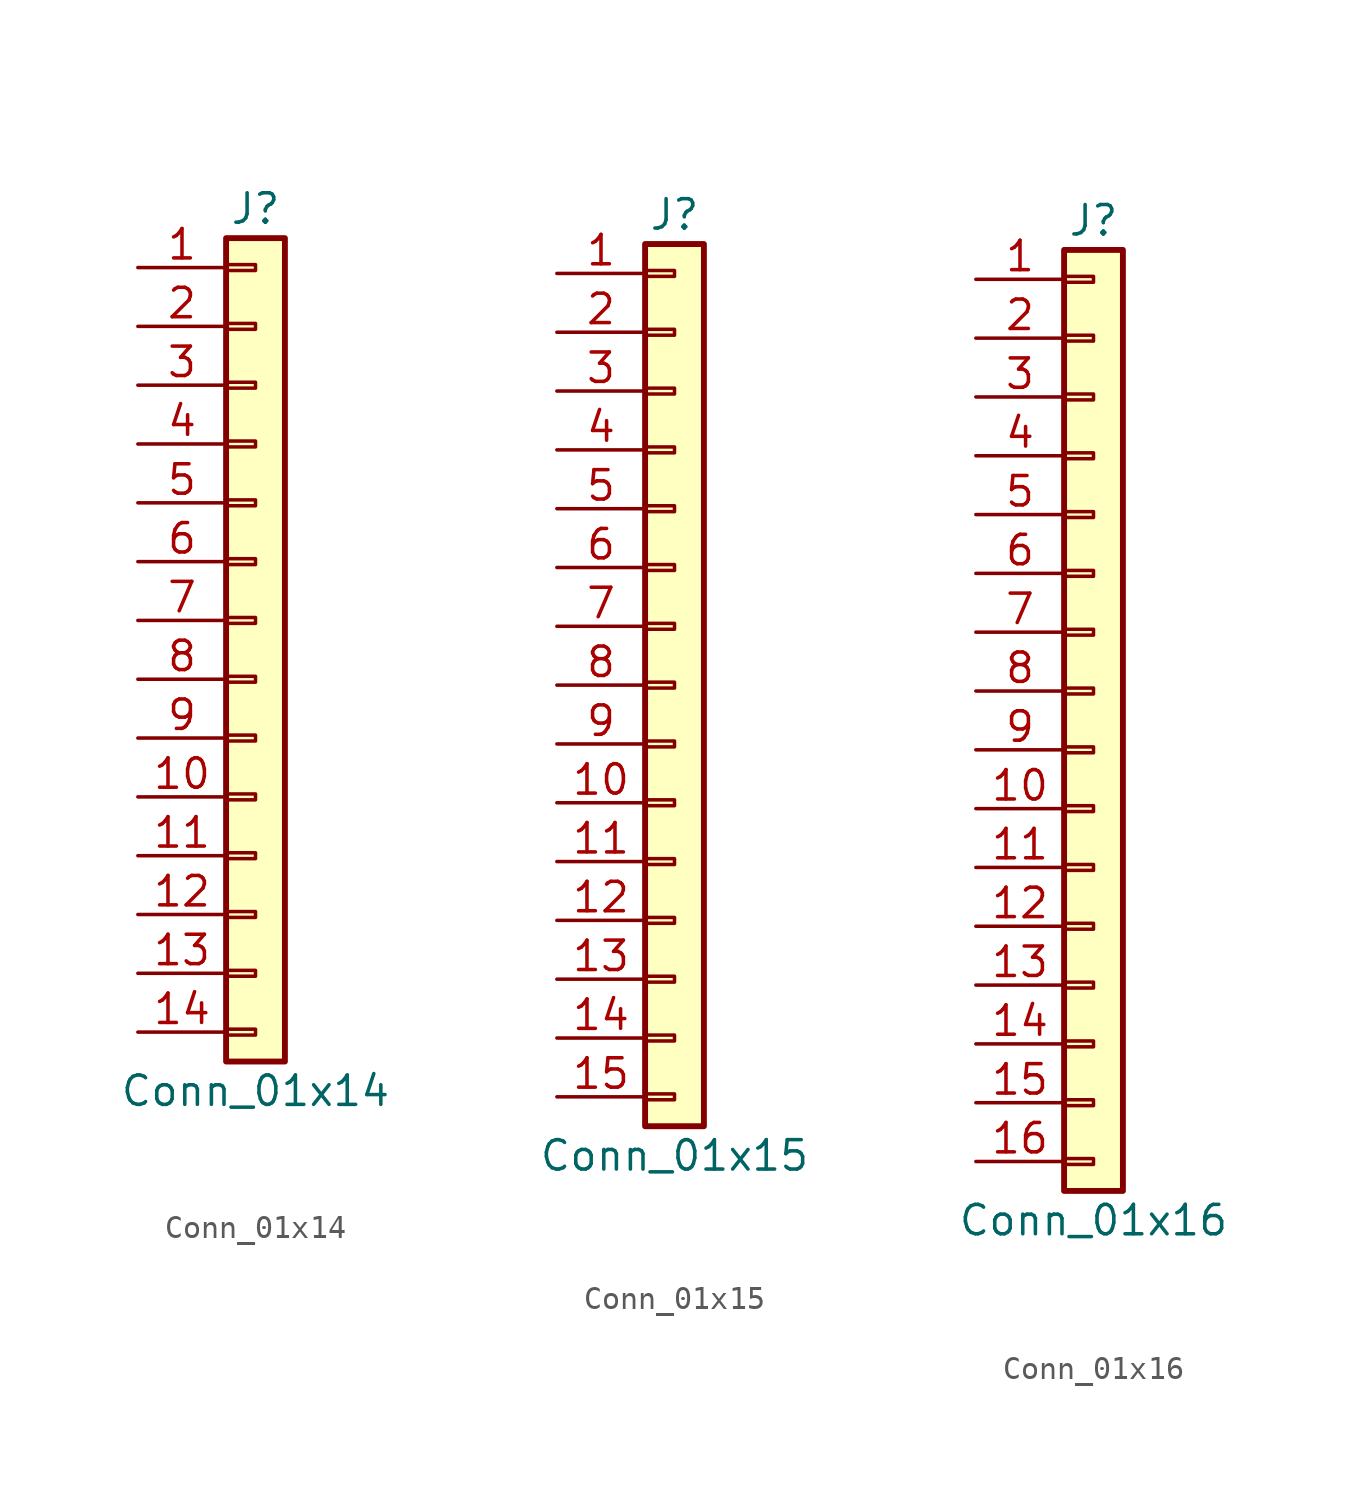
<source format=kicad_sym>
(kicad_symbol_lib
  (version 20220914)
  (generator kicad_symbol_editor)
  (symbol "Conn_01x14"
    (pin_names
      (offset 1.016) hide)
    (property "Reference" "J"
      (at 0 17.78 0)
      (effects (font (size 1.27 1.27))))
    (property "Value" "Conn_01x14"
      (at 0 -20.32 0)
      (effects (font (size 1.27 1.27))))
    (symbol "Conn_01x14_1_1"
      (rectangle (start -1.27 -17.653) (end 0 -17.907) (stroke (width 0.152) (type solid)) (fill (type none)))
      (rectangle (start -1.27 -15.113) (end 0 -15.367) (stroke (width 0.152) (type solid)) (fill (type none)))
      (rectangle (start -1.27 -12.573) (end 0 -12.827) (stroke (width 0.152) (type solid)) (fill (type none)))
      (rectangle (start -1.27 -10.033) (end 0 -10.287) (stroke (width 0.152) (type solid)) (fill (type none)))
      (rectangle (start -1.27 -7.493) (end 0 -7.747) (stroke (width 0.152) (type solid)) (fill (type none)))
      (rectangle (start -1.27 -4.953) (end 0 -5.207) (stroke (width 0.152) (type solid)) (fill (type none)))
      (rectangle (start -1.27 -2.413) (end 0 -2.667) (stroke (width 0.152) (type solid)) (fill (type none)))
      (rectangle (start -1.27 0.127) (end 0 -0.127) (stroke (width 0.152) (type solid)) (fill (type none)))
      (rectangle (start -1.27 2.667) (end 0 2.413) (stroke (width 0.152) (type solid)) (fill (type none)))
      (rectangle (start -1.27 5.207) (end 0 4.953) (stroke (width 0.152) (type solid)) (fill (type none)))
      (rectangle (start -1.27 7.747) (end 0 7.493) (stroke (width 0.152) (type solid)) (fill (type none)))
      (rectangle (start -1.27 10.287) (end 0 10.033) (stroke (width 0.152) (type solid)) (fill (type none)))
      (rectangle (start -1.27 12.827) (end 0 12.573) (stroke (width 0.152) (type solid)) (fill (type none)))
      (rectangle (start -1.27 15.367) (end 0 15.113) (stroke (width 0.152) (type solid)) (fill (type none)))
      (rectangle (start -1.27 16.51) (end 1.27 -19.05) (stroke (width 0.254) (type solid)) (fill (type background)))
      (pin passive line (at -5.08 15.24 0) (length 3.81) (name "Pin_1" (effects (font (size 1.27 1.27)))) (number "1" (effects (font (size 1.27 1.27)))))
      (pin passive line (at -5.08 -7.62 0) (length 3.81) (name "Pin_10" (effects (font (size 1.27 1.27)))) (number "10" (effects (font (size 1.27 1.27)))))
      (pin passive line (at -5.08 -10.16 0) (length 3.81) (name "Pin_11" (effects (font (size 1.27 1.27)))) (number "11" (effects (font (size 1.27 1.27)))))
      (pin passive line (at -5.08 -12.7 0) (length 3.81) (name "Pin_12" (effects (font (size 1.27 1.27)))) (number "12" (effects (font (size 1.27 1.27)))))
      (pin passive line (at -5.08 -15.24 0) (length 3.81) (name "Pin_13" (effects (font (size 1.27 1.27)))) (number "13" (effects (font (size 1.27 1.27)))))
      (pin passive line (at -5.08 -17.78 0) (length 3.81) (name "Pin_14" (effects (font (size 1.27 1.27)))) (number "14" (effects (font (size 1.27 1.27)))))
      (pin passive line (at -5.08 12.7 0) (length 3.81) (name "Pin_2" (effects (font (size 1.27 1.27)))) (number "2" (effects (font (size 1.27 1.27)))))
      (pin passive line (at -5.08 10.16 0) (length 3.81) (name "Pin_3" (effects (font (size 1.27 1.27)))) (number "3" (effects (font (size 1.27 1.27)))))
      (pin passive line (at -5.08 7.62 0) (length 3.81) (name "Pin_4" (effects (font (size 1.27 1.27)))) (number "4" (effects (font (size 1.27 1.27)))))
      (pin passive line (at -5.08 5.08 0) (length 3.81) (name "Pin_5" (effects (font (size 1.27 1.27)))) (number "5" (effects (font (size 1.27 1.27)))))
      (pin passive line (at -5.08 2.54 0) (length 3.81) (name "Pin_6" (effects (font (size 1.27 1.27)))) (number "6" (effects (font (size 1.27 1.27)))))
      (pin passive line (at -5.08 0 0) (length 3.81) (name "Pin_7" (effects (font (size 1.27 1.27)))) (number "7" (effects (font (size 1.27 1.27)))))
      (pin passive line (at -5.08 -2.54 0) (length 3.81) (name "Pin_8" (effects (font (size 1.27 1.27)))) (number "8" (effects (font (size 1.27 1.27)))))
      (pin passive line (at -5.08 -5.08 0) (length 3.81) (name "Pin_9" (effects (font (size 1.27 1.27)))) (number "9" (effects (font (size 1.27 1.27)))))))
  (symbol "Conn_01x15"
    (pin_names
      (offset 1.016) hide)
    (property "Reference" "J"
      (at 0 20.32 0)
      (effects (font (size 1.27 1.27))))
    (property "Value" "Conn_01x15"
      (at 0 -20.32 0)
      (effects (font (size 1.27 1.27))))
    (symbol "Conn_01x15_1_1"
      (rectangle (start -1.27 -17.653) (end 0 -17.907) (stroke (width 0.152) (type solid)) (fill (type none)))
      (rectangle (start -1.27 -15.113) (end 0 -15.367) (stroke (width 0.152) (type solid)) (fill (type none)))
      (rectangle (start -1.27 -12.573) (end 0 -12.827) (stroke (width 0.152) (type solid)) (fill (type none)))
      (rectangle (start -1.27 -10.033) (end 0 -10.287) (stroke (width 0.152) (type solid)) (fill (type none)))
      (rectangle (start -1.27 -7.493) (end 0 -7.747) (stroke (width 0.152) (type solid)) (fill (type none)))
      (rectangle (start -1.27 -4.953) (end 0 -5.207) (stroke (width 0.152) (type solid)) (fill (type none)))
      (rectangle (start -1.27 -2.413) (end 0 -2.667) (stroke (width 0.152) (type solid)) (fill (type none)))
      (rectangle (start -1.27 0.127) (end 0 -0.127) (stroke (width 0.152) (type solid)) (fill (type none)))
      (rectangle (start -1.27 2.667) (end 0 2.413) (stroke (width 0.152) (type solid)) (fill (type none)))
      (rectangle (start -1.27 5.207) (end 0 4.953) (stroke (width 0.152) (type solid)) (fill (type none)))
      (rectangle (start -1.27 7.747) (end 0 7.493) (stroke (width 0.152) (type solid)) (fill (type none)))
      (rectangle (start -1.27 10.287) (end 0 10.033) (stroke (width 0.152) (type solid)) (fill (type none)))
      (rectangle (start -1.27 12.827) (end 0 12.573) (stroke (width 0.152) (type solid)) (fill (type none)))
      (rectangle (start -1.27 15.367) (end 0 15.113) (stroke (width 0.152) (type solid)) (fill (type none)))
      (rectangle (start -1.27 17.907) (end 0 17.653) (stroke (width 0.152) (type solid)) (fill (type none)))
      (rectangle (start -1.27 19.05) (end 1.27 -19.05) (stroke (width 0.254) (type solid)) (fill (type background)))
      (pin passive line (at -5.08 17.78 0) (length 3.81) (name "Pin_1" (effects (font (size 1.27 1.27)))) (number "1" (effects (font (size 1.27 1.27)))))
      (pin passive line (at -5.08 -5.08 0) (length 3.81) (name "Pin_10" (effects (font (size 1.27 1.27)))) (number "10" (effects (font (size 1.27 1.27)))))
      (pin passive line (at -5.08 -7.62 0) (length 3.81) (name "Pin_11" (effects (font (size 1.27 1.27)))) (number "11" (effects (font (size 1.27 1.27)))))
      (pin passive line (at -5.08 -10.16 0) (length 3.81) (name "Pin_12" (effects (font (size 1.27 1.27)))) (number "12" (effects (font (size 1.27 1.27)))))
      (pin passive line (at -5.08 -12.7 0) (length 3.81) (name "Pin_13" (effects (font (size 1.27 1.27)))) (number "13" (effects (font (size 1.27 1.27)))))
      (pin passive line (at -5.08 -15.24 0) (length 3.81) (name "Pin_14" (effects (font (size 1.27 1.27)))) (number "14" (effects (font (size 1.27 1.27)))))
      (pin passive line (at -5.08 -17.78 0) (length 3.81) (name "Pin_15" (effects (font (size 1.27 1.27)))) (number "15" (effects (font (size 1.27 1.27)))))
      (pin passive line (at -5.08 15.24 0) (length 3.81) (name "Pin_2" (effects (font (size 1.27 1.27)))) (number "2" (effects (font (size 1.27 1.27)))))
      (pin passive line (at -5.08 12.7 0) (length 3.81) (name "Pin_3" (effects (font (size 1.27 1.27)))) (number "3" (effects (font (size 1.27 1.27)))))
      (pin passive line (at -5.08 10.16 0) (length 3.81) (name "Pin_4" (effects (font (size 1.27 1.27)))) (number "4" (effects (font (size 1.27 1.27)))))
      (pin passive line (at -5.08 7.62 0) (length 3.81) (name "Pin_5" (effects (font (size 1.27 1.27)))) (number "5" (effects (font (size 1.27 1.27)))))
      (pin passive line (at -5.08 5.08 0) (length 3.81) (name "Pin_6" (effects (font (size 1.27 1.27)))) (number "6" (effects (font (size 1.27 1.27)))))
      (pin passive line (at -5.08 2.54 0) (length 3.81) (name "Pin_7" (effects (font (size 1.27 1.27)))) (number "7" (effects (font (size 1.27 1.27)))))
      (pin passive line (at -5.08 0 0) (length 3.81) (name "Pin_8" (effects (font (size 1.27 1.27)))) (number "8" (effects (font (size 1.27 1.27)))))
      (pin passive line (at -5.08 -2.54 0) (length 3.81) (name "Pin_9" (effects (font (size 1.27 1.27)))) (number "9" (effects (font (size 1.27 1.27)))))))
  (symbol "Conn_01x16"
    (pin_names
      (offset 1.016) hide)
    (property "Reference" "J"
      (at 0 20.32 0)
      (effects (font (size 1.27 1.27))))
    (property "Value" "Conn_01x16"
      (at 0 -22.86 0)
      (effects (font (size 1.27 1.27))))
    (symbol "Conn_01x16_1_1"
      (rectangle (start -1.27 -20.193) (end 0 -20.447) (stroke (width 0.152) (type solid)) (fill (type none)))
      (rectangle (start -1.27 -17.653) (end 0 -17.907) (stroke (width 0.152) (type solid)) (fill (type none)))
      (rectangle (start -1.27 -15.113) (end 0 -15.367) (stroke (width 0.152) (type solid)) (fill (type none)))
      (rectangle (start -1.27 -12.573) (end 0 -12.827) (stroke (width 0.152) (type solid)) (fill (type none)))
      (rectangle (start -1.27 -10.033) (end 0 -10.287) (stroke (width 0.152) (type solid)) (fill (type none)))
      (rectangle (start -1.27 -7.493) (end 0 -7.747) (stroke (width 0.152) (type solid)) (fill (type none)))
      (rectangle (start -1.27 -4.953) (end 0 -5.207) (stroke (width 0.152) (type solid)) (fill (type none)))
      (rectangle (start -1.27 -2.413) (end 0 -2.667) (stroke (width 0.152) (type solid)) (fill (type none)))
      (rectangle (start -1.27 0.127) (end 0 -0.127) (stroke (width 0.152) (type solid)) (fill (type none)))
      (rectangle (start -1.27 2.667) (end 0 2.413) (stroke (width 0.152) (type solid)) (fill (type none)))
      (rectangle (start -1.27 5.207) (end 0 4.953) (stroke (width 0.152) (type solid)) (fill (type none)))
      (rectangle (start -1.27 7.747) (end 0 7.493) (stroke (width 0.152) (type solid)) (fill (type none)))
      (rectangle (start -1.27 10.287) (end 0 10.033) (stroke (width 0.152) (type solid)) (fill (type none)))
      (rectangle (start -1.27 12.827) (end 0 12.573) (stroke (width 0.152) (type solid)) (fill (type none)))
      (rectangle (start -1.27 15.367) (end 0 15.113) (stroke (width 0.152) (type solid)) (fill (type none)))
      (rectangle (start -1.27 17.907) (end 0 17.653) (stroke (width 0.152) (type solid)) (fill (type none)))
      (rectangle (start -1.27 19.05) (end 1.27 -21.59) (stroke (width 0.254) (type solid)) (fill (type background)))
      (pin passive line (at -5.08 17.78 0) (length 3.81) (name "Pin_1" (effects (font (size 1.27 1.27)))) (number "1" (effects (font (size 1.27 1.27)))))
      (pin passive line (at -5.08 -5.08 0) (length 3.81) (name "Pin_10" (effects (font (size 1.27 1.27)))) (number "10" (effects (font (size 1.27 1.27)))))
      (pin passive line (at -5.08 -7.62 0) (length 3.81) (name "Pin_11" (effects (font (size 1.27 1.27)))) (number "11" (effects (font (size 1.27 1.27)))))
      (pin passive line (at -5.08 -10.16 0) (length 3.81) (name "Pin_12" (effects (font (size 1.27 1.27)))) (number "12" (effects (font (size 1.27 1.27)))))
      (pin passive line (at -5.08 -12.7 0) (length 3.81) (name "Pin_13" (effects (font (size 1.27 1.27)))) (number "13" (effects (font (size 1.27 1.27)))))
      (pin passive line (at -5.08 -15.24 0) (length 3.81) (name "Pin_14" (effects (font (size 1.27 1.27)))) (number "14" (effects (font (size 1.27 1.27)))))
      (pin passive line (at -5.08 -17.78 0) (length 3.81) (name "Pin_15" (effects (font (size 1.27 1.27)))) (number "15" (effects (font (size 1.27 1.27)))))
      (pin passive line (at -5.08 -20.32 0) (length 3.81) (name "Pin_16" (effects (font (size 1.27 1.27)))) (number "16" (effects (font (size 1.27 1.27)))))
      (pin passive line (at -5.08 15.24 0) (length 3.81) (name "Pin_2" (effects (font (size 1.27 1.27)))) (number "2" (effects (font (size 1.27 1.27)))))
      (pin passive line (at -5.08 12.7 0) (length 3.81) (name "Pin_3" (effects (font (size 1.27 1.27)))) (number "3" (effects (font (size 1.27 1.27)))))
      (pin passive line (at -5.08 10.16 0) (length 3.81) (name "Pin_4" (effects (font (size 1.27 1.27)))) (number "4" (effects (font (size 1.27 1.27)))))
      (pin passive line (at -5.08 7.62 0) (length 3.81) (name "Pin_5" (effects (font (size 1.27 1.27)))) (number "5" (effects (font (size 1.27 1.27)))))
      (pin passive line (at -5.08 5.08 0) (length 3.81) (name "Pin_6" (effects (font (size 1.27 1.27)))) (number "6" (effects (font (size 1.27 1.27)))))
      (pin passive line (at -5.08 2.54 0) (length 3.81) (name "Pin_7" (effects (font (size 1.27 1.27)))) (number "7" (effects (font (size 1.27 1.27)))))
      (pin passive line (at -5.08 0 0) (length 3.81) (name "Pin_8" (effects (font (size 1.27 1.27)))) (number "8" (effects (font (size 1.27 1.27)))))
      (pin passive line (at -5.08 -2.54 0) (length 3.81) (name "Pin_9" (effects (font (size 1.27 1.27)))) (number "9" (effects (font (size 1.27 1.27))))))))
</source>
